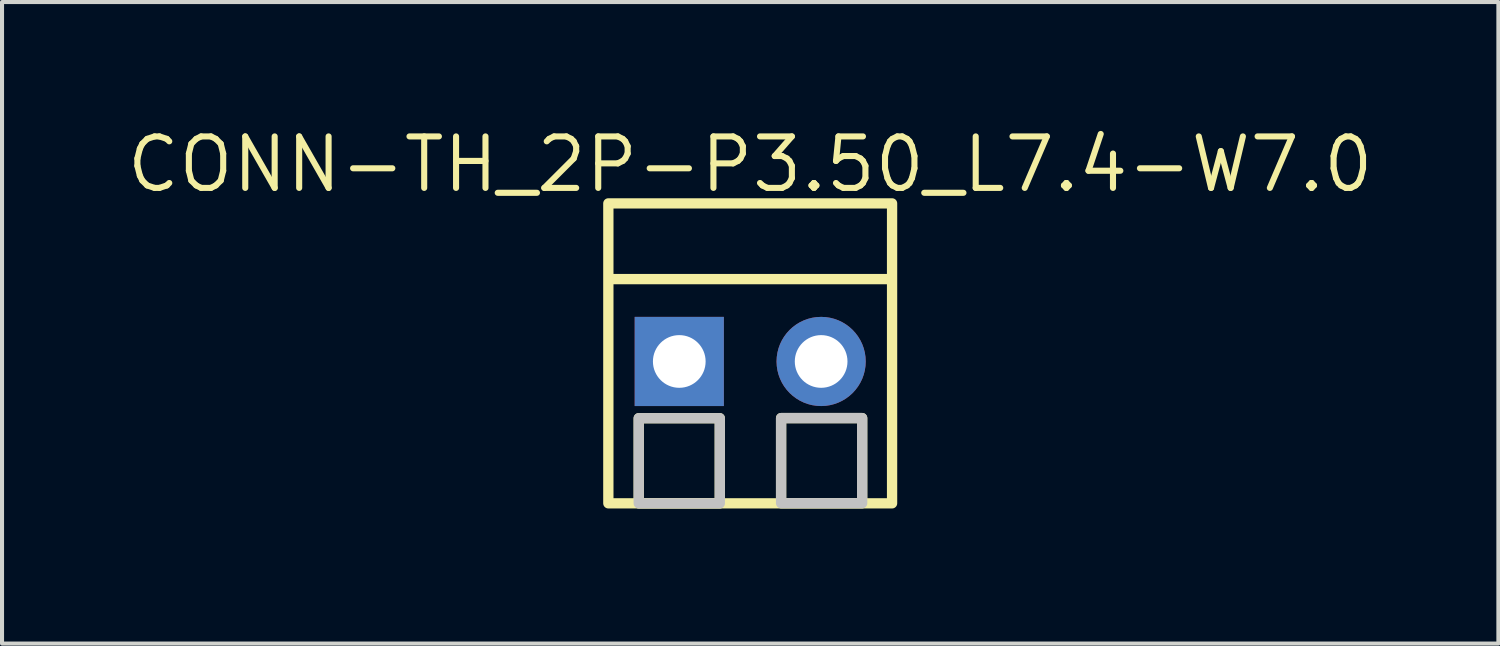
<source format=kicad_pcb>
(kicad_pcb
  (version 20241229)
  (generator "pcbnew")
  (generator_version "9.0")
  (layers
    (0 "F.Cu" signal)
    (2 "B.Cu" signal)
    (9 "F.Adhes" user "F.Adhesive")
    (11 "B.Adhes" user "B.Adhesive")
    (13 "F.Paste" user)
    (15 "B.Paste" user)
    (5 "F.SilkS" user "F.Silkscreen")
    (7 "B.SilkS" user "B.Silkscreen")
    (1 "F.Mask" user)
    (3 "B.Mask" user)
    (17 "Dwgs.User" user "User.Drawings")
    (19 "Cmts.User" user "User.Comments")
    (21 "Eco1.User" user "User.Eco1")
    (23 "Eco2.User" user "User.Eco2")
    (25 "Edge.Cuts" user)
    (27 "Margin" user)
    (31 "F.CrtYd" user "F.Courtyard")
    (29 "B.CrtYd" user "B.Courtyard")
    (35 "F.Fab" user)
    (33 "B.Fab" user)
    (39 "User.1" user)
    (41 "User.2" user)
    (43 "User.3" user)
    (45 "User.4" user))
  (footprint "CONN-TH_2P-P3.50_L7.4-W7.0"
    (layer "F.Cu")
    (at 15.459 5.868)
    (property "Reference" "CONN-TH_2P-P3.50_L7.4-W7.0" (at -0.0001 -4.862 0) (layer "F.SilkS") (effects (font (size 1.27 1.27) (thickness 0.15))))
    (fp_line (start -3.457 -2.032) (end 3.429 -2.032) (stroke (width 0.254) (type default)) (layer "F.SilkS"))
    (fp_rect (start -3.5 -3.9) (end 3.5 3.5) (stroke (width 0.254) (type default)) (fill no) (layer "F.SilkS"))
    (fp_rect (start -2.75 1.4) (end -0.75 3.5) (stroke (width 0.254) (type default)) (fill no) (layer "F.SilkS"))
    (fp_rect (start 0.762 1.397) (end 2.762 3.497) (stroke (width 0.254) (type default)) (fill no) (layer "F.SilkS"))
    (fp_rect (start -2.75 1.4) (end -0.75 3.5) (stroke (width 0.254) (type default)) (fill no) (layer "Dwgs.User"))
    (fp_rect (start 0.762 1.397) (end 2.762 3.497) (stroke (width 0.254) (type default)) (fill no) (layer "Dwgs.User"))
    (fp_circle (center -1.75 0) (end -1.475 0) (stroke (width 0.55) (type default)) (fill no) (layer "User.4"))
    (fp_circle (center 1.75 0) (end 2.025 0) (stroke (width 0.55) (type default)) (fill no) (layer "User.4"))
    (fp_circle (center -3.5 3.9) (end -3.47 3.9) (stroke (width 0.06) (type default)) (fill no) (layer "User.5"))
    (pad "1" thru_hole rect (at -1.75 0) (size 2.2 2.2) (drill 1.3) (layers "*.Cu" "*.Mask"))
    (pad "2" thru_hole oval (at 1.75 0) (size 2.2 2.2) (drill 1.3) (layers "*.Cu" "*.Mask"))
    (zone (net_name "") (layer "Dwgs.User") (hatch edge 0.5) (priority 100) (connect_pads yes) (min_thickness 0) (filled_areas_thickness no) (fill yes) (polygon (pts (xy 13.699 7.638) (xy 13.209 8.128) (xy 14.179 8.128))) (filled_polygon (layer "Dwgs.User") (island) (pts (xy 13.699 7.638) (xy 13.209 8.128) (xy 14.179 8.128))))
    (zone (net_name "") (layer "Dwgs.User") (hatch edge 0.5) (priority 100) (connect_pads yes) (min_thickness 0) (filled_areas_thickness no) (fill yes) (polygon (pts (xy 17.211 7.635) (xy 16.721 8.125) (xy 17.691 8.125))) (filled_polygon (layer "Dwgs.User") (island) (pts (xy 17.211 7.635) (xy 16.721 8.125) (xy 17.691 8.125))))
    (zone (net_name "") (layer "Dwgs.User") (hatch edge 0.5) (priority 100) (connect_pads yes) (min_thickness 0) (filled_areas_thickness no) (fill yes) (polygon (pts (xy 13.509 9.138) (xy 13.509 8.128) (xy 13.879 8.128) (xy 13.879 9.138))) (filled_polygon (layer "Dwgs.User") (island) (pts (xy 13.509 9.138) (xy 13.509 8.128) (xy 13.879 8.128) (xy 13.879 9.138))))
    (zone (net_name "") (layer "Dwgs.User") (hatch edge 0.5) (priority 100) (connect_pads yes) (min_thickness 0) (filled_areas_thickness no) (fill yes) (polygon (pts (xy 17.021 9.135) (xy 17.021 8.125) (xy 17.391 8.125) (xy 17.391 9.135))) (filled_polygon (layer "Dwgs.User") (island) (pts (xy 17.021 9.135) (xy 17.021 8.125) (xy 17.391 8.125) (xy 17.391 9.135))))
    (zone (net_name "") (layer "User.3") (hatch edge 0.5) (priority 100) (connect_pads yes) (min_thickness 0) (filled_areas_thickness no) (fill yes) (polygon (pts (xy 11.959 1.968) (xy 18.959 1.968) (xy 18.959 9.368) (xy 11.959 9.368))) (filled_polygon (layer "User.3") (island) (pts (xy 11.959 1.968) (xy 18.959 1.968) (xy 18.959 9.368) (xy 11.959 9.368)))))
  (gr_rect
    (start -3 -3)
    (end 33.918 12.828)
    (stroke (width 0.1) (type default))
    (fill no)
    (layer "Edge.Cuts")))
</source>
